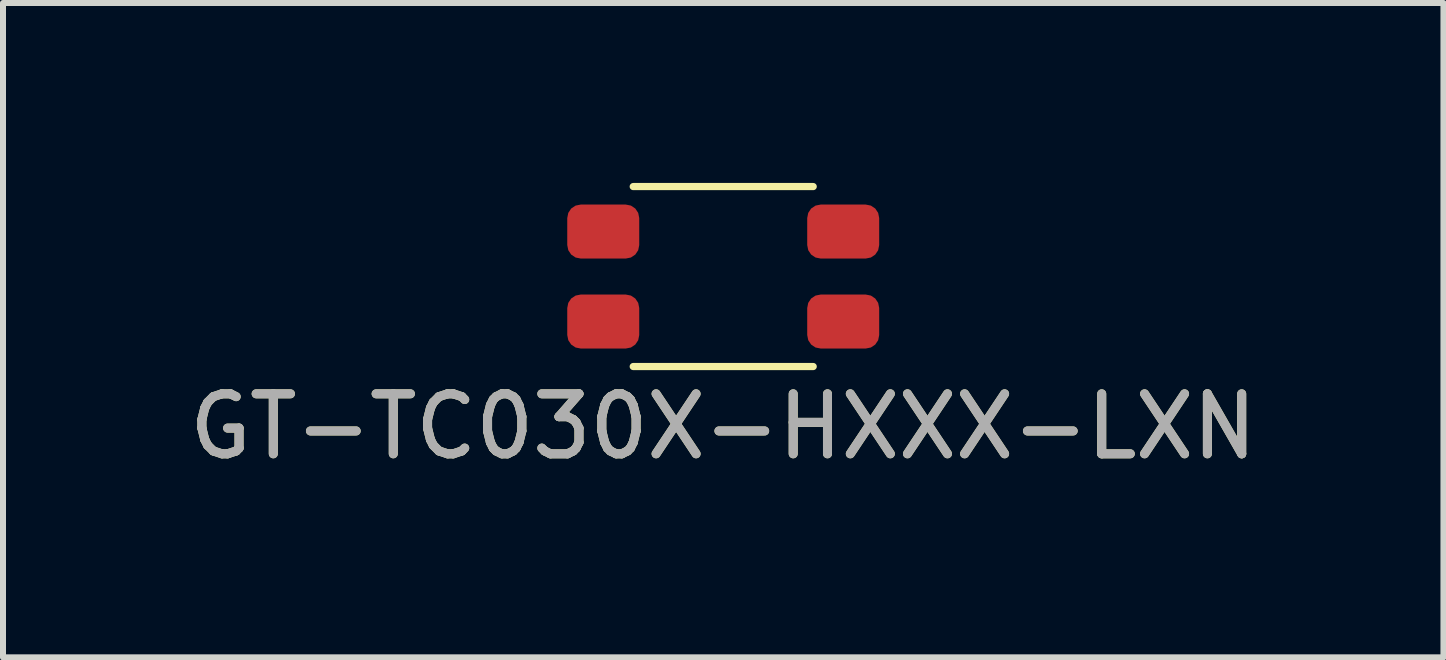
<source format=kicad_pcb>
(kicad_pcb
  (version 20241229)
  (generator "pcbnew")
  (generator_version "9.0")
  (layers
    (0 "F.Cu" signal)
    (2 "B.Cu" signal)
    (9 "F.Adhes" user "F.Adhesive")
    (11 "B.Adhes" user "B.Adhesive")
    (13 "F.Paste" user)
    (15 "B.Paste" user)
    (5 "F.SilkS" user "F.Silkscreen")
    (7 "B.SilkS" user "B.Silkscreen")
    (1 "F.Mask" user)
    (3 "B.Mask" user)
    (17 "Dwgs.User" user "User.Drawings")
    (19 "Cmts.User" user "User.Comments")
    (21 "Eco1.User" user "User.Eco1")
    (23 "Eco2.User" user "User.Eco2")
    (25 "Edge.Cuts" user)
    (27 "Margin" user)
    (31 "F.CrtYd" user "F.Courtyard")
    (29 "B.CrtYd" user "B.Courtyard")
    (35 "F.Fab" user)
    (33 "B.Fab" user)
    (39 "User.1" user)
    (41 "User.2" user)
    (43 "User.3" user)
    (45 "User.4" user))
  (footprint "GT-TC030X-HXXX-LXN"
    (layer "F.Cu")
    (at 9.006 1.56)
    (property "Reference" "GT-TC030X-HXXX-LXN" (at 0 2.5 0) (unlocked yes) (layer "F.SilkS") (effects (font (size 1 1) (thickness 0.15))))
    (attr smd)
    (fp_line (start -1.5 -1.5) (end 1.5 -1.5) (stroke (width 0.12) (type default)) (layer "F.SilkS"))
    (fp_line (start -1.5 1.5) (end 1.5 1.5) (stroke (width 0.12) (type default)) (layer "F.SilkS"))
    (fp_text user "${REFERENCE}" (at 0 2.5 0) (unlocked yes) (layer "F.Fab") (effects (font (size 1 1) (thickness 0.15))))
    (pad "1" smd roundrect (at -2 -0.75) (size 1.2 0.9) (layers "F.Cu" "F.Mask" "F.Paste") (roundrect_rratio 0.25))
    (pad "2" smd roundrect (at 2 -0.75) (size 1.2 0.9) (layers "F.Cu" "F.Mask" "F.Paste") (roundrect_rratio 0.25))
    (pad "3" smd roundrect (at -2 0.75) (size 1.2 0.9) (layers "F.Cu" "F.Mask" "F.Paste") (roundrect_rratio 0.25))
    (pad "4" smd roundrect (at 2 0.75) (size 1.2 0.9) (layers "F.Cu" "F.Mask" "F.Paste") (roundrect_rratio 0.25)))
  (gr_rect
    (start -3 -3)
    (end 21.012 7.908)
    (stroke (width 0.1) (type default))
    (fill no)
    (layer "Edge.Cuts")))
</source>
